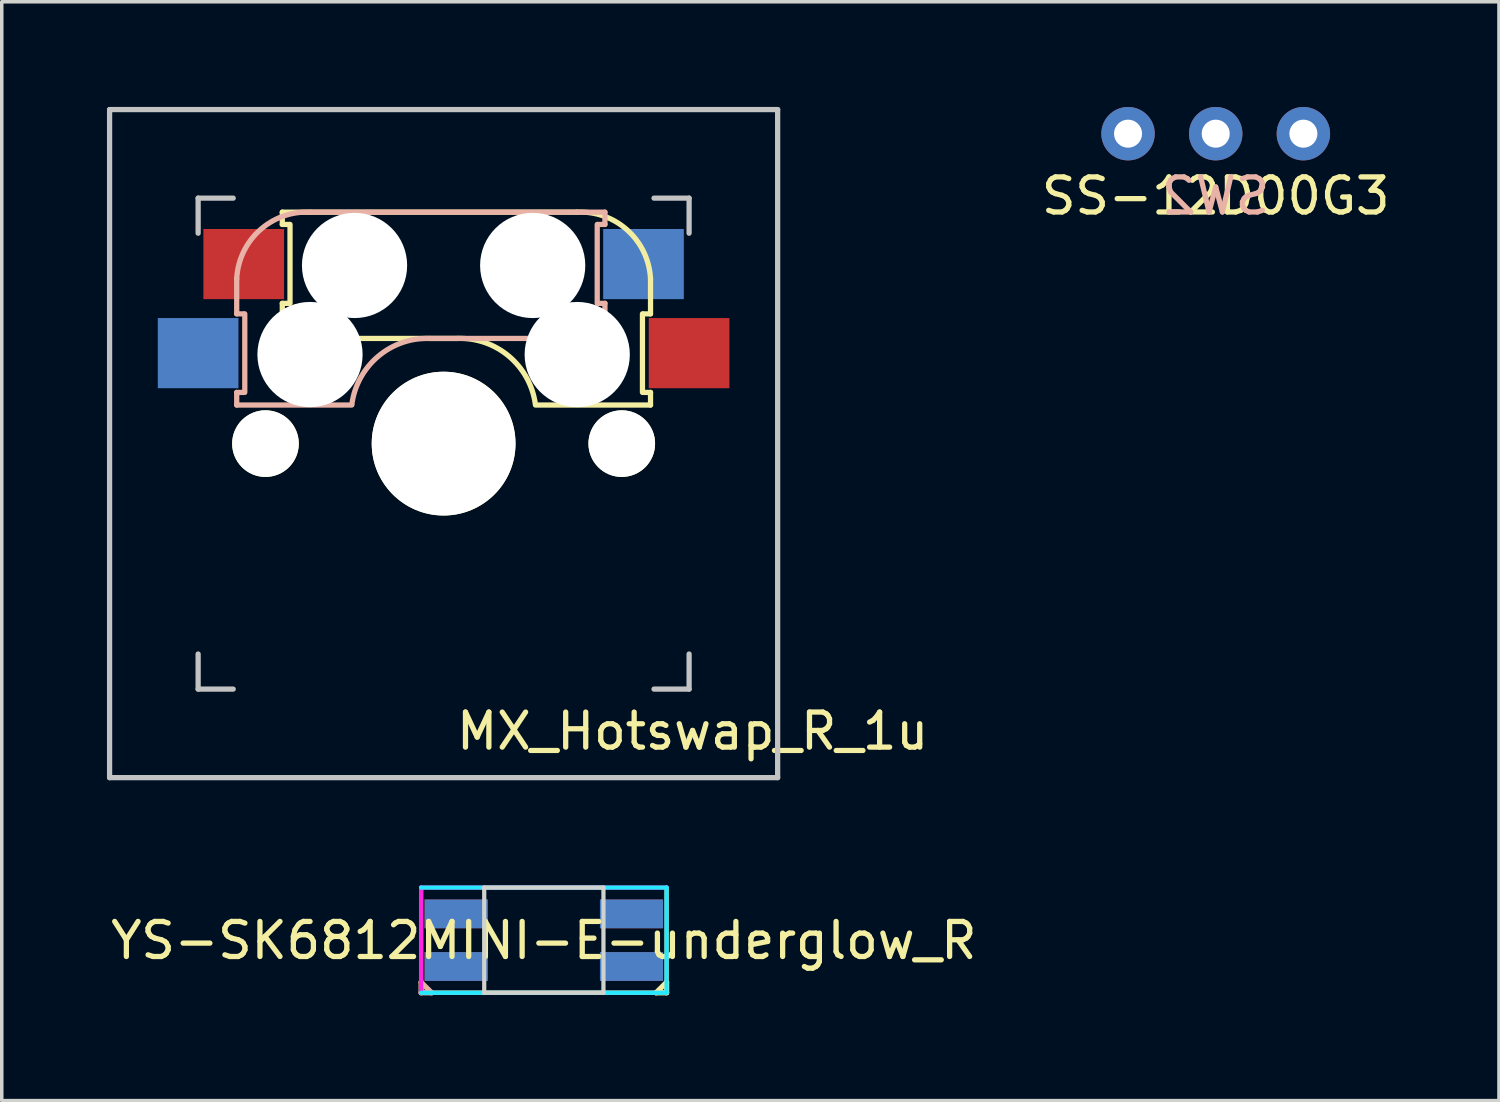
<source format=kicad_pcb>
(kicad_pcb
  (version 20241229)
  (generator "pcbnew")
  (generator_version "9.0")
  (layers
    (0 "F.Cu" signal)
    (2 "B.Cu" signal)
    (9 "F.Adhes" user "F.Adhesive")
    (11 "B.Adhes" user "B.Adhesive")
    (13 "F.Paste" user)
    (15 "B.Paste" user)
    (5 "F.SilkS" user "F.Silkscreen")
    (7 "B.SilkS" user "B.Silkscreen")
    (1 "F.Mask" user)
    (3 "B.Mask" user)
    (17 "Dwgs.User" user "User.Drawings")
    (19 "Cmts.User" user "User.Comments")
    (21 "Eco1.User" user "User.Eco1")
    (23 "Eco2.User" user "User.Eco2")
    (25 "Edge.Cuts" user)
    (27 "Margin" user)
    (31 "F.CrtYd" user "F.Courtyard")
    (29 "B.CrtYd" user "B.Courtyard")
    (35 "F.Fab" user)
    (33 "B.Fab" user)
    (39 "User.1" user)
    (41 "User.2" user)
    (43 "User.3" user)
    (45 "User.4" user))
  (footprint "SS-12D00G3"
    (layer "F.Cu")
    (at 31.617 0.762)
    (property "Reference" "SS-12D00G3" (at 0 1.778 0) (layer "F.SilkS") (effects (font (size 1 1) (thickness 0.15))))
    (attr through_hole)
    (fp_text user "SW2" (at 0 1.778 0) (layer "B.SilkS") (effects (font (size 1 1) (thickness 0.15)) (justify mirror)))
    (pad "1" thru_hole circle (at -2.5 0) (size 1.524 1.524) (drill 0.8) (layers "*.Cu" "*.Mask"))
    (pad "2" thru_hole circle (at 0 0) (size 1.524 1.524) (drill 0.8) (layers "*.Cu" "*.Mask"))
    (pad "3" thru_hole circle (at 2.5 0) (size 1.524 1.524) (drill 0.8) (layers "*.Cu" "*.Mask")))
  (footprint "MX_Hotswap_R_1u"
    (layer "F.Cu")
    (at 9.6 9.6)
    (property "Reference" "MX_Hotswap_R_1u" (at 7.1 8.2 0) (layer "F.SilkS") (effects (font (size 1 1) (thickness 0.15))))
    (attr through_hole)
    (fp_line (start -4.6 -6.6) (end 3.8 -6.6) (stroke (width 0.15) (type solid)) (layer "F.SilkS"))
    (fp_line (start -4.6 -6.25) (end -4.6 -6.6) (stroke (width 0.15) (type solid)) (layer "F.SilkS"))
    (fp_line (start -4.6 -4) (end -4.4 -4) (stroke (width 0.15) (type solid)) (layer "F.SilkS"))
    (fp_line (start -4.6 -3) (end -4.6 -4) (stroke (width 0.15) (type solid)) (layer "F.SilkS"))
    (fp_line (start -4.4 -6.25) (end -4.6 -6.25) (stroke (width 0.15) (type solid)) (layer "F.SilkS"))
    (fp_line (start -4.38 -4) (end -4.38 -6.25) (stroke (width 0.15) (type solid)) (layer "F.SilkS"))
    (fp_line (start 0.4 -3) (end -4.6 -3) (stroke (width 0.15) (type solid)) (layer "F.SilkS"))
    (fp_line (start 5.67 -3.7) (end 5.67 -1.46) (stroke (width 0.15) (type solid)) (layer "F.SilkS"))
    (fp_line (start 5.7 -1.46) (end 5.9 -1.46) (stroke (width 0.15) (type solid)) (layer "F.SilkS"))
    (fp_line (start 5.9 -4.7) (end 5.9 -3.7) (stroke (width 0.15) (type solid)) (layer "F.SilkS"))
    (fp_line (start 5.9 -3.7) (end 5.7 -3.7) (stroke (width 0.15) (type solid)) (layer "F.SilkS"))
    (fp_line (start 5.9 -1.1) (end 2.62 -1.1) (stroke (width 0.15) (type solid)) (layer "F.SilkS"))
    (fp_line (start 5.9 -1.1) (end 5.9 -1.46) (stroke (width 0.15) (type solid)) (layer "F.SilkS"))
    (fp_arc (start 0.4 -3) (mid 1.868709 -2.486118) (end 2.616318 -1.121471) (stroke (width 0.15) (type solid)) (layer "F.SilkS"))
    (fp_arc (start 3.8 -6.600001) (mid 5.243504 -6.084925) (end 5.900001 -4.7) (stroke (width 0.15) (type solid)) (layer "F.SilkS"))
    (fp_line (start -5.9 -4.7) (end -5.9 -3.7) (stroke (width 0.15) (type solid)) (layer "B.SilkS"))
    (fp_line (start -5.9 -3.7) (end -5.7 -3.7) (stroke (width 0.15) (type solid)) (layer "B.SilkS"))
    (fp_line (start -5.9 -1.1) (end -5.9 -1.46) (stroke (width 0.15) (type solid)) (layer "B.SilkS"))
    (fp_line (start -5.9 -1.1) (end -2.62 -1.1) (stroke (width 0.15) (type solid)) (layer "B.SilkS"))
    (fp_line (start -5.7 -1.46) (end -5.9 -1.46) (stroke (width 0.15) (type solid)) (layer "B.SilkS"))
    (fp_line (start -5.67 -3.7) (end -5.67 -1.46) (stroke (width 0.15) (type solid)) (layer "B.SilkS"))
    (fp_line (start -0.4 -3) (end 4.6 -3) (stroke (width 0.15) (type solid)) (layer "B.SilkS"))
    (fp_line (start 4.38 -4) (end 4.38 -6.25) (stroke (width 0.15) (type solid)) (layer "B.SilkS"))
    (fp_line (start 4.4 -6.25) (end 4.6 -6.25) (stroke (width 0.15) (type solid)) (layer "B.SilkS"))
    (fp_line (start 4.6 -6.6) (end -3.8 -6.6) (stroke (width 0.15) (type solid)) (layer "B.SilkS"))
    (fp_line (start 4.6 -6.25) (end 4.6 -6.6) (stroke (width 0.15) (type solid)) (layer "B.SilkS"))
    (fp_line (start 4.6 -4) (end 4.4 -4) (stroke (width 0.15) (type solid)) (layer "B.SilkS"))
    (fp_line (start 4.6 -3) (end 4.6 -4) (stroke (width 0.15) (type solid)) (layer "B.SilkS"))
    (fp_arc (start -5.9 -4.699999) (mid -5.243504 -6.084924) (end -3.800001 -6.6) (stroke (width 0.15) (type solid)) (layer "B.SilkS"))
    (fp_arc (start -2.616318 -1.121471) (mid -1.868709 -2.486118) (end -0.4 -3) (stroke (width 0.15) (type solid)) (layer "B.SilkS"))
    (fp_line (start -9.525 -9.525) (end 9.525 -9.525) (stroke (width 0.15) (type solid)) (layer "Dwgs.User"))
    (fp_line (start -9.525 9.525) (end -9.525 -9.525) (stroke (width 0.15) (type solid)) (layer "Dwgs.User"))
    (fp_line (start -7 -7) (end -6 -7) (stroke (width 0.15) (type solid)) (layer "Dwgs.User"))
    (fp_line (start -7 -6) (end -7 -7) (stroke (width 0.15) (type solid)) (layer "Dwgs.User"))
    (fp_line (start -7 6) (end -7 7) (stroke (width 0.15) (type solid)) (layer "Dwgs.User"))
    (fp_line (start -7 7) (end -6 7) (stroke (width 0.15) (type solid)) (layer "Dwgs.User"))
    (fp_line (start 6 7) (end 7 7) (stroke (width 0.15) (type solid)) (layer "Dwgs.User"))
    (fp_line (start 7 -7) (end 6 -7) (stroke (width 0.15) (type solid)) (layer "Dwgs.User"))
    (fp_line (start 7 -7) (end 7 -6) (stroke (width 0.15) (type solid)) (layer "Dwgs.User"))
    (fp_line (start 7 7) (end 7 6) (stroke (width 0.15) (type solid)) (layer "Dwgs.User"))
    (fp_line (start 9.525 -9.525) (end 9.525 9.525) (stroke (width 0.15) (type solid)) (layer "Dwgs.User"))
    (fp_line (start 9.525 9.525) (end -9.525 9.525) (stroke (width 0.15) (type solid)) (layer "Dwgs.User"))
    (pad "" np_thru_hole circle (at -5.08 0) (size 1.9 1.9) (drill 1.9) (layers "*.Cu" "*.Mask" "F.SilkS"))
    (pad "" np_thru_hole circle (at -3.81 -2.54 180) (size 3 3) (drill 3) (layers "*.Cu" "*.Mask"))
    (pad "" np_thru_hole circle (at -2.54 -5.08 180) (size 3 3) (drill 3) (layers "*.Cu" "*.Mask"))
    (pad "" np_thru_hole circle (at 0 0 90) (size 4.1 4.1) (drill 4.1) (layers "*.Cu" "*.Mask" "F.SilkS"))
    (pad "" np_thru_hole circle (at 2.54 -5.08 180) (size 3 3) (drill 3) (layers "*.Cu" "*.Mask"))
    (pad "" np_thru_hole circle (at 3.81 -2.54 180) (size 3 3) (drill 3) (layers "*.Cu" "*.Mask"))
    (pad "" np_thru_hole circle (at 5.08 0) (size 1.9 1.9) (drill 1.9) (layers "*.Cu" "*.Mask" "F.SilkS"))
    (pad "1" smd rect (at -7 -2.58 180) (size 2.3 2) (layers "B.Cu" "B.Mask" "B.Paste"))
    (pad "1" smd rect (at -5.7 -5.12 180) (size 2.3 2) (layers "F.Cu" "F.Mask" "F.Paste"))
    (pad "2" smd rect (at 5.7 -5.12 180) (size 2.3 2) (layers "B.Cu" "B.Mask" "B.Paste"))
    (pad "2" smd rect (at 7 -2.58 180) (size 2.3 2) (layers "F.Cu" "F.Mask" "F.Paste")))
  (footprint "YS-SK6812MINI-E-underglow_R"
    (layer "F.Cu")
    (at 12.458 23.76)
    (property "Reference" "YS-SK6812MINI-E-underglow_R" (at 0 0.01 0) (layer "F.SilkS") (effects (font (size 1 1) (thickness 0.15))))
    (attr through_hole)
    (fp_line (start -3.5 1.5) (end 3.5 1.5) (stroke (width 0.12) (type solid)) (layer "F.SilkS"))
    (fp_line (start 3.2 1.5) (end 3.5 1.5) (stroke (width 0.15) (type solid)) (layer "F.SilkS"))
    (fp_line (start 3.5 1.2) (end 3.2 1.5) (stroke (width 0.15) (type solid)) (layer "F.SilkS"))
    (fp_line (start 3.5 1.5) (end 3.5 -1.5) (stroke (width 0.12) (type solid)) (layer "F.SilkS"))
    (fp_line (start 3.5 1.5) (end 3.5 1.2) (stroke (width 0.15) (type solid)) (layer "F.SilkS"))
    (fp_line (start -3.5 1.2) (end -3.2 1.5) (stroke (width 0.15) (type solid)) (layer "B.SilkS"))
    (fp_line (start -3.5 1.5) (end -3.5 -1.5) (stroke (width 0.12) (type solid)) (layer "B.SilkS"))
    (fp_line (start -3.5 1.5) (end -3.5 1.2) (stroke (width 0.15) (type solid)) (layer "B.SilkS"))
    (fp_line (start -3.5 1.5) (end 3.5 1.5) (stroke (width 0.12) (type solid)) (layer "B.SilkS"))
    (fp_line (start -3.2 1.5) (end -3.5 1.5) (stroke (width 0.15) (type solid)) (layer "B.SilkS"))
    (fp_line (start -1.7 -1.5) (end -1.7 1.5) (stroke (width 0.12) (type solid)) (layer "Edge.Cuts"))
    (fp_line (start -1.7 -1.5) (end 1.7 -1.5) (stroke (width 0.12) (type solid)) (layer "Edge.Cuts"))
    (fp_line (start 1.7 -1.5) (end 1.7 1.5) (stroke (width 0.12) (type solid)) (layer "Edge.Cuts"))
    (fp_line (start 1.7 1.5) (end -1.7 1.5) (stroke (width 0.12) (type solid)) (layer "Edge.Cuts"))
    (fp_line (start -3.5 -1.5) (end 3.5 -1.5) (stroke (width 0.12) (type solid)) (layer "B.CrtYd"))
    (fp_line (start 3.5 -1.5) (end 3.5 1.5) (stroke (width 0.12) (type solid)) (layer "B.CrtYd"))
    (fp_line (start 3.5 1.5) (end -3.5 1.5) (stroke (width 0.12) (type solid)) (layer "B.CrtYd"))
    (fp_line (start -3.5 -1.5) (end -3.5 1.5) (stroke (width 0.12) (type solid)) (layer "F.CrtYd"))
    (fp_line (start 3.5 -1.5) (end -3.5 -1.5) (stroke (width 0.12) (type solid)) (layer "F.CrtYd"))
    (pad "1" smd rect (at -2.5 -0.75) (size 1.8 0.82) (layers "F.Cu" "F.Mask" "F.Paste"))
    (pad "1" smd rect (at 2.5 -0.75) (size 1.8 0.82) (layers "B.Cu" "B.Mask" "B.Paste"))
    (pad "2" smd rect (at -2.5 0.75) (size 1.8 0.82) (layers "F.Cu" "F.Mask" "F.Paste"))
    (pad "2" smd rect (at 2.5 0.75) (size 1.8 0.82) (layers "B.Cu" "B.Mask" "B.Paste"))
    (pad "3" smd rect (at -2.5 0.75) (size 1.8 0.82) (layers "B.Cu" "B.Mask" "B.Paste"))
    (pad "3" smd rect (at 2.5 0.75) (size 1.8 0.82) (layers "F.Cu" "F.Mask" "F.Paste"))
    (pad "4" smd rect (at -2.5 -0.75) (size 1.8 0.82) (layers "B.Cu" "B.Mask" "B.Paste"))
    (pad "4" smd rect (at 2.5 -0.75) (size 1.8 0.82) (layers "F.Cu" "F.Mask" "F.Paste")))
  (gr_rect
    (start -3 -3)
    (end 39.694 28.335)
    (stroke (width 0.1) (type default))
    (fill no)
    (layer "Edge.Cuts")))
</source>
